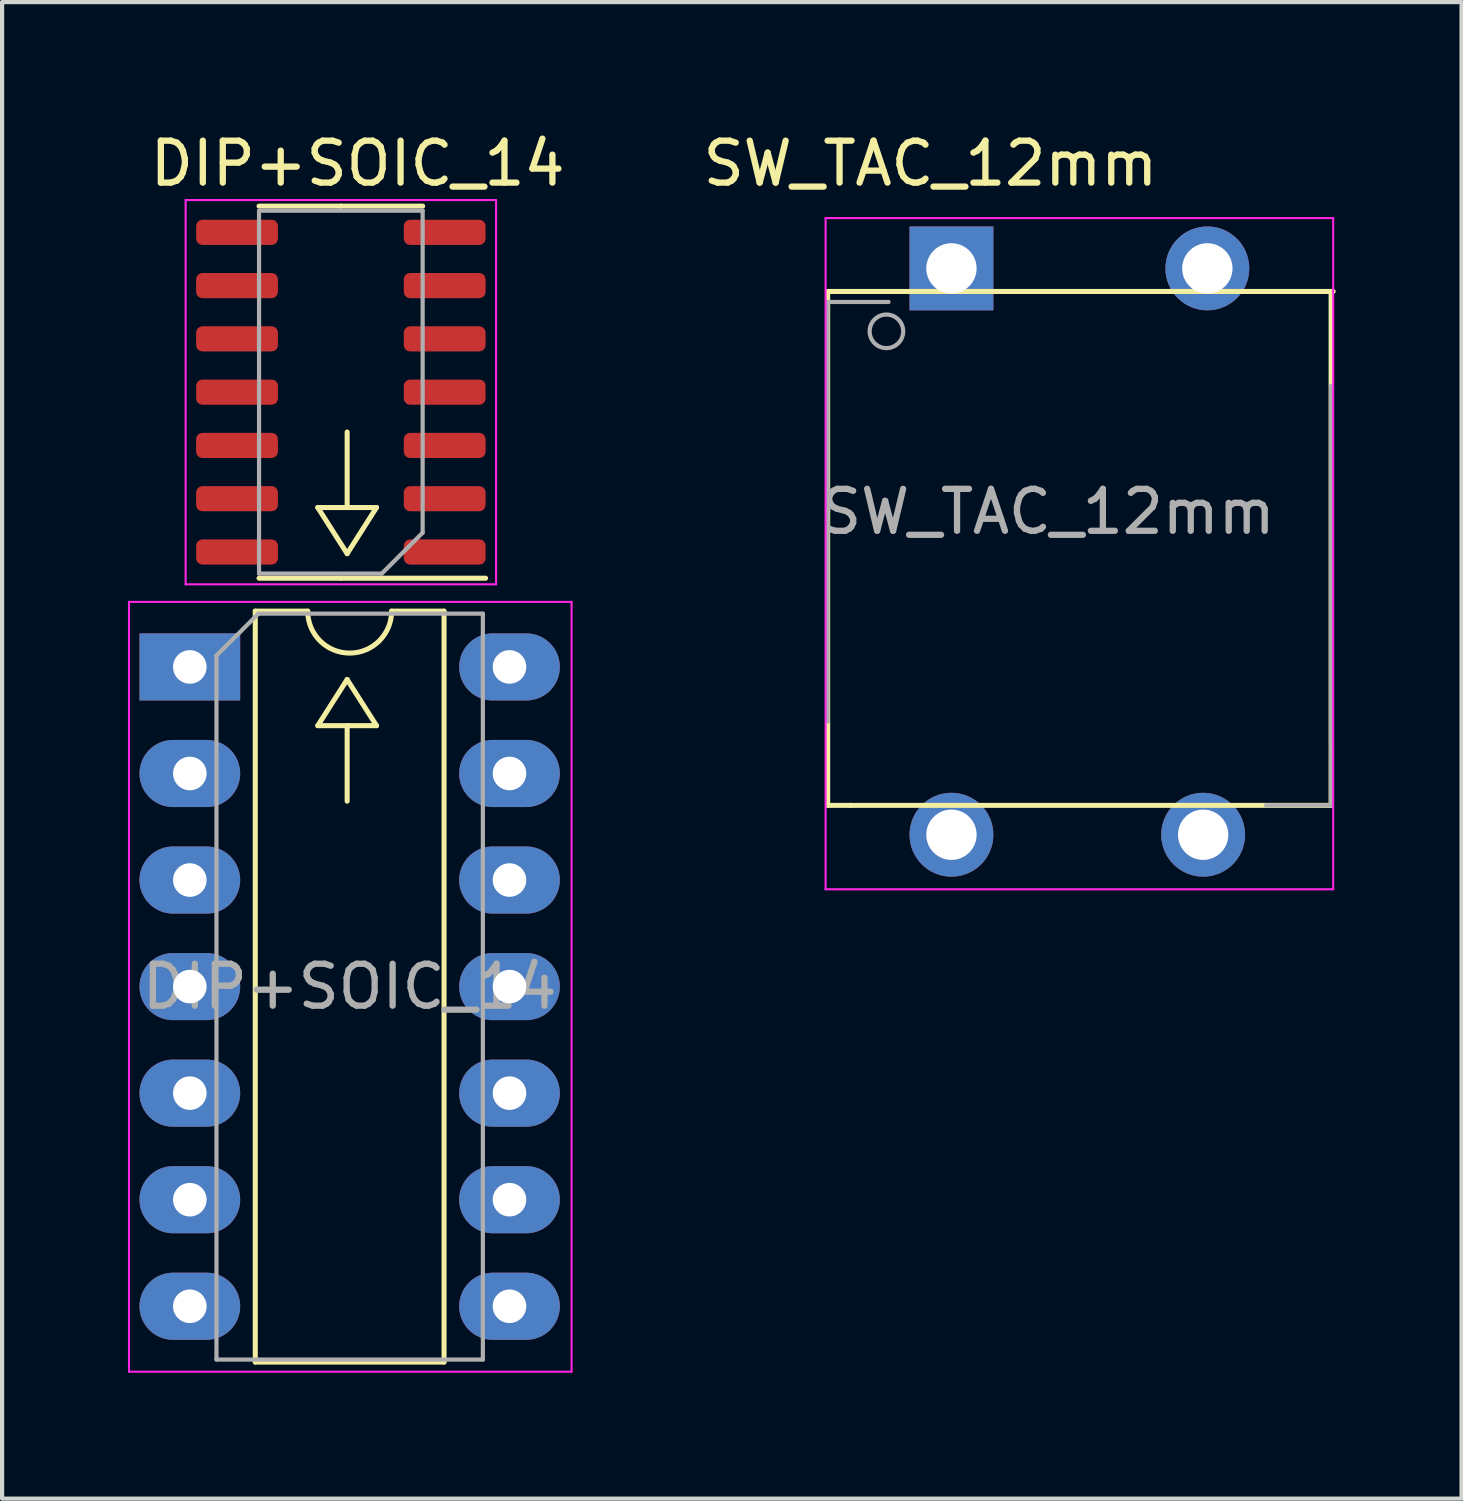
<source format=kicad_pcb>
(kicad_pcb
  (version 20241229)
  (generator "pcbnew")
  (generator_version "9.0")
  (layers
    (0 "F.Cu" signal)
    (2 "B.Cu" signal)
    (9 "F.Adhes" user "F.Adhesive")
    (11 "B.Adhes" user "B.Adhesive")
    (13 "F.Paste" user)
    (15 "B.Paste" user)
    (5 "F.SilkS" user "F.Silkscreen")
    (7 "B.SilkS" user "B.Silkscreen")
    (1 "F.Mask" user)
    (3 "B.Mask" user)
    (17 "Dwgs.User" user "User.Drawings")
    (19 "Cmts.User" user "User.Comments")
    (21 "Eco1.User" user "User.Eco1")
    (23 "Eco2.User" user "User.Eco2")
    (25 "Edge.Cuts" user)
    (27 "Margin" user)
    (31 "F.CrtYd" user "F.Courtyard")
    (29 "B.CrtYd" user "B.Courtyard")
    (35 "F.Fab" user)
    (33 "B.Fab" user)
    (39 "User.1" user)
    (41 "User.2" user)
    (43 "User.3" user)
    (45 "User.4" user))
  (footprint "DIP+SOIC_14"
    (layer "F.Cu")
    (at 5.525 11.148)
    (property "Reference" "DIP+SOIC_14" (at -0.05 -10.3 0) (layer "F.SilkS") (effects (font (size 1 1) (thickness 0.15))))
    (attr through_hole)
    (fp_line (start -2.49 0.37) (end -2.49 18.27) (stroke (width 0.12) (type solid)) (layer "F.SilkS"))
    (fp_line (start -2.49 18.27) (end 2.01 18.27) (stroke (width 0.12) (type solid)) (layer "F.SilkS"))
    (fp_line (start -1.24 0.37) (end -2.49 0.37) (stroke (width 0.12) (type solid)) (layer "F.SilkS"))
    (fp_line (start -1 -2.1) (end -0.3 -1) (stroke (width 0.12) (type solid)) (layer "F.SilkS"))
    (fp_line (start -1 3.1) (end -0.3 2) (stroke (width 0.12) (type solid)) (layer "F.SilkS"))
    (fp_line (start -1 3.1) (end 0.4 3.1) (stroke (width 0.12) (type solid)) (layer "F.SilkS"))
    (fp_line (start -0.45 -9.285) (end -2.4 -9.285) (stroke (width 0.12) (type solid)) (layer "F.SilkS"))
    (fp_line (start -0.45 -9.285) (end 1.5 -9.285) (stroke (width 0.12) (type solid)) (layer "F.SilkS"))
    (fp_line (start -0.45 -0.415) (end -2.4 -0.415) (stroke (width 0.12) (type solid)) (layer "F.SilkS"))
    (fp_line (start -0.45 -0.415) (end 3 -0.415) (stroke (width 0.12) (type solid)) (layer "F.SilkS"))
    (fp_line (start -0.3 -2.1) (end -0.3 -3.9) (stroke (width 0.12) (type solid)) (layer "F.SilkS"))
    (fp_line (start -0.3 3.1) (end -0.3 4.9) (stroke (width 0.12) (type solid)) (layer "F.SilkS"))
    (fp_line (start 0.4 -2.1) (end -1 -2.1) (stroke (width 0.12) (type solid)) (layer "F.SilkS"))
    (fp_line (start 0.4 -2.1) (end -0.3 -1) (stroke (width 0.12) (type solid)) (layer "F.SilkS"))
    (fp_line (start 0.4 3.1) (end -0.3 2) (stroke (width 0.12) (type solid)) (layer "F.SilkS"))
    (fp_line (start 2.01 0.37) (end 0.76 0.37) (stroke (width 0.12) (type solid)) (layer "F.SilkS"))
    (fp_line (start 2.01 18.27) (end 2.01 0.37) (stroke (width 0.12) (type solid)) (layer "F.SilkS"))
    (fp_arc (start 0.76 0.37) (mid -0.24 1.37) (end -1.24 0.37) (stroke (width 0.12) (type solid)) (layer "F.SilkS"))
    (fp_line (start -5.5 0.15) (end -5.5 18.5) (stroke (width 0.05) (type solid)) (layer "F.CrtYd"))
    (fp_line (start -5.5 18.5) (end 5.05 18.5) (stroke (width 0.05) (type solid)) (layer "F.CrtYd"))
    (fp_line (start -4.15 -9.43) (end -4.15 -0.27) (stroke (width 0.05) (type solid)) (layer "F.CrtYd"))
    (fp_line (start -4.15 -0.27) (end 3.25 -0.27) (stroke (width 0.05) (type solid)) (layer "F.CrtYd"))
    (fp_line (start 3.25 -9.43) (end -4.15 -9.43) (stroke (width 0.05) (type solid)) (layer "F.CrtYd"))
    (fp_line (start 3.25 -0.27) (end 3.25 -9.43) (stroke (width 0.05) (type solid)) (layer "F.CrtYd"))
    (fp_line (start 5.05 0.15) (end -5.5 0.15) (stroke (width 0.05) (type solid)) (layer "F.CrtYd"))
    (fp_line (start 5.05 18.5) (end 5.05 0.15) (stroke (width 0.05) (type solid)) (layer "F.CrtYd"))
    (fp_line (start -3.415 1.43) (end -2.415 0.43) (stroke (width 0.1) (type solid)) (layer "F.Fab"))
    (fp_line (start -3.415 18.21) (end -3.415 1.43) (stroke (width 0.1) (type solid)) (layer "F.Fab"))
    (fp_line (start -2.415 0.43) (end 2.935 0.43) (stroke (width 0.1) (type solid)) (layer "F.Fab"))
    (fp_line (start -2.4 -9.175) (end 1.5 -9.175) (stroke (width 0.1) (type solid)) (layer "F.Fab"))
    (fp_line (start -2.4 -0.525) (end -2.4 -9.175) (stroke (width 0.1) (type solid)) (layer "F.Fab"))
    (fp_line (start 0.525 -0.525) (end -2.4 -0.525) (stroke (width 0.1) (type solid)) (layer "F.Fab"))
    (fp_line (start 1.5 -9.175) (end 1.5 -1.5) (stroke (width 0.1) (type solid)) (layer "F.Fab"))
    (fp_line (start 1.5 -1.5) (end 0.525 -0.525) (stroke (width 0.1) (type solid)) (layer "F.Fab"))
    (fp_line (start 2.935 0.43) (end 2.935 18.21) (stroke (width 0.1) (type solid)) (layer "F.Fab"))
    (fp_line (start 2.935 18.21) (end -3.415 18.21) (stroke (width 0.1) (type solid)) (layer "F.Fab"))
    (fp_text user "${REFERENCE}" (at -0.24 9.32 0) (layer "F.Fab") (effects (font (size 1 1) (thickness 0.15))))
    (pad "1" thru_hole rect (at -4.05 1.7) (size 2.4 1.6) (drill 0.8) (layers "*.Cu" "*.Mask"))
    (pad "1" smd roundrect (at 2.025 -1.04 180) (size 1.95 0.6) (layers "F.Cu" "F.Mask" "F.Paste") (roundrect_rratio 0.25))
    (pad "2" thru_hole oval (at -4.05 4.24) (size 2.4 1.6) (drill 0.8) (layers "*.Cu" "*.Mask"))
    (pad "2" smd roundrect (at 2.025 -2.31 180) (size 1.95 0.6) (layers "F.Cu" "F.Mask" "F.Paste") (roundrect_rratio 0.25))
    (pad "3" thru_hole oval (at -4.05 6.78) (size 2.4 1.6) (drill 0.8) (layers "*.Cu" "*.Mask"))
    (pad "3" smd roundrect (at 2.025 -3.58 180) (size 1.95 0.6) (layers "F.Cu" "F.Mask" "F.Paste") (roundrect_rratio 0.25))
    (pad "4" thru_hole oval (at -4.05 9.32) (size 2.4 1.6) (drill 0.8) (layers "*.Cu" "*.Mask"))
    (pad "4" smd roundrect (at 2.025 -4.85 180) (size 1.95 0.6) (layers "F.Cu" "F.Mask" "F.Paste") (roundrect_rratio 0.25))
    (pad "5" thru_hole oval (at -4.05 11.86) (size 2.4 1.6) (drill 0.8) (layers "*.Cu" "*.Mask"))
    (pad "5" smd roundrect (at 2.025 -6.12 180) (size 1.95 0.6) (layers "F.Cu" "F.Mask" "F.Paste") (roundrect_rratio 0.25))
    (pad "6" thru_hole oval (at -4.05 14.4) (size 2.4 1.6) (drill 0.8) (layers "*.Cu" "*.Mask"))
    (pad "6" smd roundrect (at 2.025 -7.39 180) (size 1.95 0.6) (layers "F.Cu" "F.Mask" "F.Paste") (roundrect_rratio 0.25))
    (pad "7" thru_hole oval (at -4.05 16.94) (size 2.4 1.6) (drill 0.8) (layers "*.Cu" "*.Mask"))
    (pad "7" smd roundrect (at 2.025 -8.66 180) (size 1.95 0.6) (layers "F.Cu" "F.Mask" "F.Paste") (roundrect_rratio 0.25))
    (pad "8" smd roundrect (at -2.925 -8.66 180) (size 1.95 0.6) (layers "F.Cu" "F.Mask" "F.Paste") (roundrect_rratio 0.25))
    (pad "8" thru_hole oval (at 3.57 16.94) (size 2.4 1.6) (drill 0.8) (layers "*.Cu" "*.Mask"))
    (pad "9" smd roundrect (at -2.925 -7.39 180) (size 1.95 0.6) (layers "F.Cu" "F.Mask" "F.Paste") (roundrect_rratio 0.25))
    (pad "9" thru_hole oval (at 3.57 14.4) (size 2.4 1.6) (drill 0.8) (layers "*.Cu" "*.Mask"))
    (pad "10" smd roundrect (at -2.925 -6.12 180) (size 1.95 0.6) (layers "F.Cu" "F.Mask" "F.Paste") (roundrect_rratio 0.25))
    (pad "10" thru_hole oval (at 3.57 11.86) (size 2.4 1.6) (drill 0.8) (layers "*.Cu" "*.Mask"))
    (pad "11" smd roundrect (at -2.925 -4.85 180) (size 1.95 0.6) (layers "F.Cu" "F.Mask" "F.Paste") (roundrect_rratio 0.25))
    (pad "11" thru_hole oval (at 3.57 9.32) (size 2.4 1.6) (drill 0.8) (layers "*.Cu" "*.Mask"))
    (pad "12" smd roundrect (at -2.925 -3.58 180) (size 1.95 0.6) (layers "F.Cu" "F.Mask" "F.Paste") (roundrect_rratio 0.25))
    (pad "12" thru_hole oval (at 3.57 6.78) (size 2.4 1.6) (drill 0.8) (layers "*.Cu" "*.Mask"))
    (pad "13" smd roundrect (at -2.925 -2.31 180) (size 1.95 0.6) (layers "F.Cu" "F.Mask" "F.Paste") (roundrect_rratio 0.25))
    (pad "13" thru_hole oval (at 3.57 4.24) (size 2.4 1.6) (drill 0.8) (layers "*.Cu" "*.Mask"))
    (pad "14" smd roundrect (at -2.925 -1.04 180) (size 1.95 0.6) (layers "F.Cu" "F.Mask" "F.Paste") (roundrect_rratio 0.25))
    (pad "14" thru_hole oval (at 3.57 1.7) (size 2.4 1.6) (drill 0.8) (layers "*.Cu" "*.Mask")))
  (footprint "SW_TAC_12mm"
    (layer "F.Cu")
    (at 18.13 3.348)
    (property "Reference" "SW_TAC_12mm" (at 1 -2.5 180) (layer "F.SilkS") (effects (font (size 1 1) (thickness 0.15))))
    (attr through_hole)
    (fp_line (start -1.45 0.55) (end -1.45 5.8) (stroke (width 0.12) (type solid)) (layer "F.SilkS"))
    (fp_line (start -1.45 12.8) (end -1.45 5.8) (stroke (width 0.12) (type solid)) (layer "F.SilkS"))
    (fp_line (start -0.9 12.8) (end -1.45 12.8) (stroke (width 0.12) (type solid)) (layer "F.SilkS"))
    (fp_line (start -0.9 12.8) (end 10.55 12.8) (stroke (width 0.12) (type solid)) (layer "F.SilkS"))
    (fp_line (start 10.55 0.6) (end 10.55 11.5) (stroke (width 0.12) (type solid)) (layer "F.SilkS"))
    (fp_line (start 10.55 12.8) (end 10.55 11.55) (stroke (width 0.12) (type solid)) (layer "F.SilkS"))
    (fp_line (start 10.6 0.55) (end -1.45 0.55) (stroke (width 0.12) (type solid)) (layer "F.SilkS"))
    (fp_line (start -1.5 -1.2) (end 10.6 -1.2) (stroke (width 0.05) (type solid)) (layer "F.CrtYd"))
    (fp_line (start -1.5 14.8) (end -1.5 -1.2) (stroke (width 0.05) (type solid)) (layer "F.CrtYd"))
    (fp_line (start 10.6 -1.2) (end 10.6 14.8) (stroke (width 0.05) (type solid)) (layer "F.CrtYd"))
    (fp_line (start 10.6 14.8) (end -1.5 14.8) (stroke (width 0.05) (type solid)) (layer "F.CrtYd"))
    (fp_line (start -1.45 0.8) (end 0 0.8) (stroke (width 0.1) (type solid)) (layer "F.Fab"))
    (fp_line (start -1.45 10.8) (end -1.45 0.8) (stroke (width 0.1) (type solid)) (layer "F.Fab"))
    (fp_line (start 10.55 2.8) (end 10.55 12.8) (stroke (width 0.1) (type solid)) (layer "F.Fab"))
    (fp_line (start 10.55 12.8) (end 9 12.8) (stroke (width 0.1) (type solid)) (layer "F.Fab"))
    (fp_circle (center -0.05 1.5) (end -0.05 1.1) (stroke (width 0.1) (type solid)) (fill no) (layer "F.Fab"))
    (fp_text user "${REFERENCE}" (at 3.8 5.8 180) (layer "F.Fab") (effects (font (size 1 1) (thickness 0.15))))
    (pad "1" thru_hole rect (at 1.5 0 90) (size 2 2) (drill 1.2) (layers "*.Cu" "*.Mask"))
    (pad "2" thru_hole circle (at 7.6 0 90) (size 2 2) (drill 1.2) (layers "*.Cu" "*.Mask"))
    (pad "3" thru_hole circle (at 1.5 13.5 90) (size 2 2) (drill 1.2) (layers "*.Cu" "*.Mask"))
    (pad "4" thru_hole circle (at 7.5 13.5 90) (size 2 2) (drill 1.2) (layers "*.Cu" "*.Mask")))
  (gr_rect
    (start -3 -3)
    (end 31.79 32.673)
    (stroke (width 0.1) (type default))
    (fill no)
    (layer "Edge.Cuts")))
</source>
